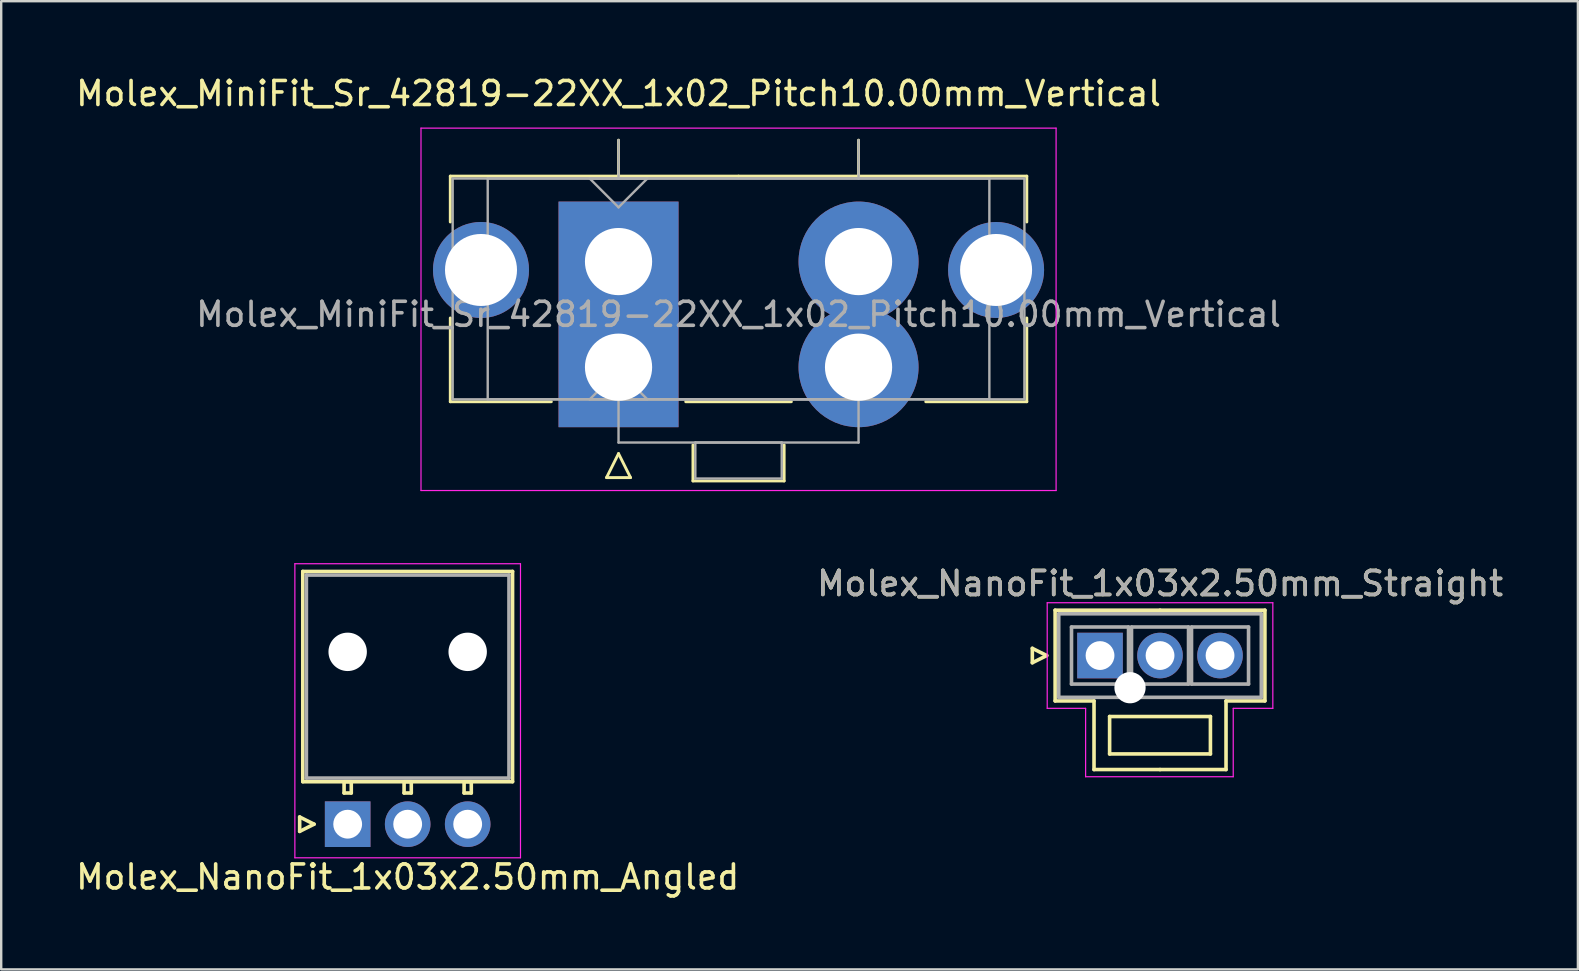
<source format=kicad_pcb>
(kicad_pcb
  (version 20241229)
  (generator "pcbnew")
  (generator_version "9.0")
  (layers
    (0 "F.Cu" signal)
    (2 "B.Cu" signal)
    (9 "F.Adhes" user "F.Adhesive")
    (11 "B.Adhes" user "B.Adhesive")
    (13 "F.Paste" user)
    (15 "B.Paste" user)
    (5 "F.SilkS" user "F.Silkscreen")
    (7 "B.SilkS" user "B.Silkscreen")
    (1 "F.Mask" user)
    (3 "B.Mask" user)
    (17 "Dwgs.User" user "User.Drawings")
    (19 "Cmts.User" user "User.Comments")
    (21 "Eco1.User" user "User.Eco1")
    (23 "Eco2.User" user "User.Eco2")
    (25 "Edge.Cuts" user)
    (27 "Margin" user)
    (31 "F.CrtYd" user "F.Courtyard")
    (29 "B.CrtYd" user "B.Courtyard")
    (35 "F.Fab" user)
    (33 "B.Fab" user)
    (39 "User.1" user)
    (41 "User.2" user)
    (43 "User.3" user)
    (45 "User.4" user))
  (footprint "Molex_NanoFit_1x03x2.50mm_Angled"
    (layer "F.Cu")
    (at 11.435 31.288)
    (property "Reference" "Molex_NanoFit_1x03x2.50mm_Angled" (at 2.5 2.2 0) (layer "F.SilkS") (effects (font (size 1 1) (thickness 0.15))))
    (attr through_hole)
    (fp_line (start -2 -0.3) (end -1.4 0) (stroke (width 0.15) (type solid)) (layer "F.SilkS"))
    (fp_line (start -2 0.3) (end -2 -0.3) (stroke (width 0.15) (type solid)) (layer "F.SilkS"))
    (fp_line (start -1.87 -10.53) (end -1.87 -1.77) (stroke (width 0.15) (type solid)) (layer "F.SilkS"))
    (fp_line (start -1.87 -1.77) (end 6.87 -1.77) (stroke (width 0.15) (type solid)) (layer "F.SilkS"))
    (fp_line (start -1.4 0) (end -2 0.3) (stroke (width 0.15) (type solid)) (layer "F.SilkS"))
    (fp_line (start -0.15 -1.77) (end -0.15 -1.3) (stroke (width 0.15) (type solid)) (layer "F.SilkS"))
    (fp_line (start -0.15 -1.3) (end 0.15 -1.3) (stroke (width 0.15) (type solid)) (layer "F.SilkS"))
    (fp_line (start 0.15 -1.77) (end -0.15 -1.77) (stroke (width 0.15) (type solid)) (layer "F.SilkS"))
    (fp_line (start 0.15 -1.3) (end 0.15 -1.77) (stroke (width 0.15) (type solid)) (layer "F.SilkS"))
    (fp_line (start 2.35 -1.77) (end 2.35 -1.3) (stroke (width 0.15) (type solid)) (layer "F.SilkS"))
    (fp_line (start 2.35 -1.3) (end 2.65 -1.3) (stroke (width 0.15) (type solid)) (layer "F.SilkS"))
    (fp_line (start 2.65 -1.77) (end 2.35 -1.77) (stroke (width 0.15) (type solid)) (layer "F.SilkS"))
    (fp_line (start 2.65 -1.3) (end 2.65 -1.77) (stroke (width 0.15) (type solid)) (layer "F.SilkS"))
    (fp_line (start 4.85 -1.77) (end 4.85 -1.3) (stroke (width 0.15) (type solid)) (layer "F.SilkS"))
    (fp_line (start 4.85 -1.3) (end 5.15 -1.3) (stroke (width 0.15) (type solid)) (layer "F.SilkS"))
    (fp_line (start 5.15 -1.77) (end 4.85 -1.77) (stroke (width 0.15) (type solid)) (layer "F.SilkS"))
    (fp_line (start 5.15 -1.3) (end 5.15 -1.77) (stroke (width 0.15) (type solid)) (layer "F.SilkS"))
    (fp_line (start 6.87 -10.53) (end -1.87 -10.53) (stroke (width 0.15) (type solid)) (layer "F.SilkS"))
    (fp_line (start 6.87 -1.77) (end 6.87 -10.53) (stroke (width 0.15) (type solid)) (layer "F.SilkS"))
    (fp_line (start -2.2 -10.85) (end -2.2 1.4) (stroke (width 0.05) (type solid)) (layer "F.CrtYd"))
    (fp_line (start -2.2 1.4) (end 7.2 1.4) (stroke (width 0.05) (type solid)) (layer "F.CrtYd"))
    (fp_line (start 7.2 -10.85) (end -2.2 -10.85) (stroke (width 0.05) (type solid)) (layer "F.CrtYd"))
    (fp_line (start 7.2 1.4) (end 7.2 -10.85) (stroke (width 0.05) (type solid)) (layer "F.CrtYd"))
    (fp_line (start -1.72 -10.38) (end -1.72 -1.92) (stroke (width 0.15) (type solid)) (layer "F.Fab"))
    (fp_line (start -1.72 -1.92) (end 6.72 -1.92) (stroke (width 0.15) (type solid)) (layer "F.Fab"))
    (fp_line (start 6.72 -10.38) (end -1.72 -10.38) (stroke (width 0.15) (type solid)) (layer "F.Fab"))
    (fp_line (start 6.72 -1.92) (end 6.72 -10.38) (stroke (width 0.15) (type solid)) (layer "F.Fab"))
    (pad "" np_thru_hole circle (at 0 -7.18) (size 1.6 1.6) (drill 1.6) (layers "*.Cu"))
    (pad "" np_thru_hole circle (at 5 -7.18) (size 1.6 1.6) (drill 1.6) (layers "*.Cu"))
    (pad "1" thru_hole rect (at 0 0) (size 1.9 1.9) (drill 1.2) (layers "*.Cu" "*.Mask"))
    (pad "2" thru_hole circle (at 2.5 0) (size 1.9 1.9) (drill 1.2) (layers "*.Cu" "*.Mask"))
    (pad "3" thru_hole circle (at 5 0) (size 1.9 1.9) (drill 1.2) (layers "*.Cu" "*.Mask")))
  (footprint "Molex_NanoFit_1x03x2.50mm_Straight"
    (layer "F.Cu")
    (at 42.78 24.262)
    (property "Reference" "Molex_NanoFit_1x03x2.50mm_Straight" (at 2.5 -3 0) (layer "F.SilkS") (effects (font (size 1 1) (thickness 0.15))))
    (attr through_hole)
    (fp_line (start -2.82 -0.3) (end -2.22 0) (stroke (width 0.15) (type solid)) (layer "F.SilkS"))
    (fp_line (start -2.82 0.3) (end -2.82 -0.3) (stroke (width 0.15) (type solid)) (layer "F.SilkS"))
    (fp_line (start -2.22 0) (end -2.82 0.3) (stroke (width 0.15) (type solid)) (layer "F.SilkS"))
    (fp_line (start -1.87 -1.89) (end -1.87 1.89) (stroke (width 0.15) (type solid)) (layer "F.SilkS"))
    (fp_line (start -1.87 1.89) (end -0.25 1.89) (stroke (width 0.15) (type solid)) (layer "F.SilkS"))
    (fp_line (start -0.25 1.89) (end -0.25 4.75) (stroke (width 0.15) (type solid)) (layer "F.SilkS"))
    (fp_line (start -0.25 4.75) (end 2.5 4.75) (stroke (width 0.15) (type solid)) (layer "F.SilkS"))
    (fp_line (start 0.4 2.54) (end 0.4 4.1) (stroke (width 0.15) (type solid)) (layer "F.SilkS"))
    (fp_line (start 0.4 4.1) (end 4.6 4.1) (stroke (width 0.15) (type solid)) (layer "F.SilkS"))
    (fp_line (start 2.5 -1.89) (end -1.87 -1.89) (stroke (width 0.15) (type solid)) (layer "F.SilkS"))
    (fp_line (start 2.5 -1.89) (end 6.87 -1.89) (stroke (width 0.15) (type solid)) (layer "F.SilkS"))
    (fp_line (start 4.6 2.54) (end 0.4 2.54) (stroke (width 0.15) (type solid)) (layer "F.SilkS"))
    (fp_line (start 4.6 4.1) (end 4.6 2.54) (stroke (width 0.15) (type solid)) (layer "F.SilkS"))
    (fp_line (start 5.25 1.89) (end 5.25 4.75) (stroke (width 0.15) (type solid)) (layer "F.SilkS"))
    (fp_line (start 5.25 4.75) (end 2.5 4.75) (stroke (width 0.15) (type solid)) (layer "F.SilkS"))
    (fp_line (start 6.87 -1.89) (end 6.87 1.89) (stroke (width 0.15) (type solid)) (layer "F.SilkS"))
    (fp_line (start 6.87 1.89) (end 5.25 1.89) (stroke (width 0.15) (type solid)) (layer "F.SilkS"))
    (fp_line (start -2.2 -2.2) (end -2.2 2.2) (stroke (width 0.05) (type solid)) (layer "F.CrtYd"))
    (fp_line (start -2.2 2.2) (end -0.6 2.2) (stroke (width 0.05) (type solid)) (layer "F.CrtYd"))
    (fp_line (start -0.6 2.2) (end -0.6 5.05) (stroke (width 0.05) (type solid)) (layer "F.CrtYd"))
    (fp_line (start -0.6 5.05) (end 5.55 5.05) (stroke (width 0.05) (type solid)) (layer "F.CrtYd"))
    (fp_line (start 5.55 2.2) (end 7.2 2.2) (stroke (width 0.05) (type solid)) (layer "F.CrtYd"))
    (fp_line (start 5.55 5.05) (end 5.55 2.2) (stroke (width 0.05) (type solid)) (layer "F.CrtYd"))
    (fp_line (start 7.2 -2.2) (end -2.2 -2.2) (stroke (width 0.05) (type solid)) (layer "F.CrtYd"))
    (fp_line (start 7.2 2.2) (end 7.2 -2.2) (stroke (width 0.05) (type solid)) (layer "F.CrtYd"))
    (fp_line (start -1.72 -1.74) (end -1.72 1.74) (stroke (width 0.15) (type solid)) (layer "F.Fab"))
    (fp_line (start -1.72 1.74) (end 6.72 1.74) (stroke (width 0.15) (type solid)) (layer "F.Fab"))
    (fp_line (start -1.188 -1.188) (end -1.188 1.188) (stroke (width 0.15) (type solid)) (layer "F.Fab"))
    (fp_line (start -1.188 1.188) (end 1.188 1.188) (stroke (width 0.15) (type solid)) (layer "F.Fab"))
    (fp_line (start 1.188 -1.188) (end -1.188 -1.188) (stroke (width 0.15) (type solid)) (layer "F.Fab"))
    (fp_line (start 1.188 1.188) (end 1.188 -1.188) (stroke (width 0.15) (type solid)) (layer "F.Fab"))
    (fp_line (start 1.312 -1.188) (end 1.312 1.188) (stroke (width 0.15) (type solid)) (layer "F.Fab"))
    (fp_line (start 1.312 1.188) (end 3.688 1.188) (stroke (width 0.15) (type solid)) (layer "F.Fab"))
    (fp_line (start 3.688 -1.188) (end 1.312 -1.188) (stroke (width 0.15) (type solid)) (layer "F.Fab"))
    (fp_line (start 3.688 1.188) (end 3.688 -1.188) (stroke (width 0.15) (type solid)) (layer "F.Fab"))
    (fp_line (start 3.812 -1.188) (end 3.812 1.188) (stroke (width 0.15) (type solid)) (layer "F.Fab"))
    (fp_line (start 3.812 1.188) (end 6.188 1.188) (stroke (width 0.15) (type solid)) (layer "F.Fab"))
    (fp_line (start 6.188 -1.188) (end 3.812 -1.188) (stroke (width 0.15) (type solid)) (layer "F.Fab"))
    (fp_line (start 6.188 1.188) (end 6.188 -1.188) (stroke (width 0.15) (type solid)) (layer "F.Fab"))
    (fp_line (start 6.72 -1.74) (end -1.72 -1.74) (stroke (width 0.15) (type solid)) (layer "F.Fab"))
    (fp_line (start 6.72 1.74) (end 6.72 -1.74) (stroke (width 0.15) (type solid)) (layer "F.Fab"))
    (fp_text user "${REFERENCE}" (at 2.5 -3 0) (layer "F.Fab") (effects (font (size 1 1) (thickness 0.15))))
    (pad "" np_thru_hole circle (at 1.25 1.34) (size 1.3 1.3) (drill 1.3) (layers "*.Cu"))
    (pad "1" thru_hole rect (at 0 0) (size 1.9 1.9) (drill 1.2) (layers "*.Cu" "*.Mask"))
    (pad "2" thru_hole circle (at 2.5 0) (size 1.9 1.9) (drill 1.2) (layers "*.Cu" "*.Mask"))
    (pad "3" thru_hole circle (at 5 0) (size 1.9 1.9) (drill 1.2) (layers "*.Cu" "*.Mask")))
  (footprint "Molex_MiniFit_Sr_42819-22XX_1x02_Pitch10.00mm_Vertical"
    (layer "F.Cu")
    (at 22.72 7.848)
    (property "Reference" "Molex_MiniFit_Sr_42819-22XX_1x02_Pitch10.00mm_Vertical" (at 0 -7 0) (layer "F.SilkS") (effects (font (size 1 1) (thickness 0.15))))
    (attr through_hole)
    (fp_line (start -7.01 -3.56) (end -7.01 -1.65) (stroke (width 0.12) (type solid)) (layer "F.SilkS"))
    (fp_line (start -7.01 2.35) (end -7.01 5.84) (stroke (width 0.12) (type solid)) (layer "F.SilkS"))
    (fp_line (start -7.01 5.84) (end -2.8 5.84) (stroke (width 0.12) (type solid)) (layer "F.SilkS"))
    (fp_line (start -0.5 9) (end 0 8) (stroke (width 0.12) (type solid)) (layer "F.SilkS"))
    (fp_line (start 0 -3.56) (end 0 -5.06) (stroke (width 0.12) (type solid)) (layer "F.SilkS"))
    (fp_line (start 0 8) (end 0.5 9) (stroke (width 0.12) (type solid)) (layer "F.SilkS"))
    (fp_line (start 0.5 9) (end -0.5 9) (stroke (width 0.12) (type solid)) (layer "F.SilkS"))
    (fp_line (start 2.8 5.84) (end 7.2 5.84) (stroke (width 0.12) (type solid)) (layer "F.SilkS"))
    (fp_line (start 3.1 7.64) (end 3.1 9.14) (stroke (width 0.12) (type solid)) (layer "F.SilkS"))
    (fp_line (start 3.1 9.14) (end 6.9 9.14) (stroke (width 0.12) (type solid)) (layer "F.SilkS"))
    (fp_line (start 5 -3.56) (end -7.01 -3.56) (stroke (width 0.12) (type solid)) (layer "F.SilkS"))
    (fp_line (start 5 -3.56) (end 17.01 -3.56) (stroke (width 0.12) (type solid)) (layer "F.SilkS"))
    (fp_line (start 6.9 9.14) (end 6.9 7.64) (stroke (width 0.12) (type solid)) (layer "F.SilkS"))
    (fp_line (start 10 -3.56) (end 10 -5.06) (stroke (width 0.12) (type solid)) (layer "F.SilkS"))
    (fp_line (start 17.01 -3.56) (end 17.01 -1.65) (stroke (width 0.12) (type solid)) (layer "F.SilkS"))
    (fp_line (start 17.01 2.35) (end 17.01 5.84) (stroke (width 0.12) (type solid)) (layer "F.SilkS"))
    (fp_line (start 17.01 5.84) (end 12.8 5.84) (stroke (width 0.12) (type solid)) (layer "F.SilkS"))
    (fp_line (start -8.23 -5.56) (end -8.23 9.54) (stroke (width 0.05) (type solid)) (layer "F.CrtYd"))
    (fp_line (start -8.23 9.54) (end 18.23 9.54) (stroke (width 0.05) (type solid)) (layer "F.CrtYd"))
    (fp_line (start 18.23 -5.56) (end -8.23 -5.56) (stroke (width 0.05) (type solid)) (layer "F.CrtYd"))
    (fp_line (start 18.23 9.54) (end 18.23 -5.56) (stroke (width 0.05) (type solid)) (layer "F.CrtYd"))
    (fp_line (start -6.91 -3.46) (end -6.91 5.74) (stroke (width 0.1) (type solid)) (layer "F.Fab"))
    (fp_line (start -6.91 5.74) (end 16.91 5.74) (stroke (width 0.1) (type solid)) (layer "F.Fab"))
    (fp_line (start -5.45 -3.46) (end -5.45 5.74) (stroke (width 0.1) (type solid)) (layer "F.Fab"))
    (fp_line (start -5.45 5.74) (end 15.45 5.74) (stroke (width 0.1) (type solid)) (layer "F.Fab"))
    (fp_line (start -1.2 -3.46) (end 0 -2.26) (stroke (width 0.1) (type solid)) (layer "F.Fab"))
    (fp_line (start -1.2 5.74) (end 0 4.54) (stroke (width 0.1) (type solid)) (layer "F.Fab"))
    (fp_line (start 0 -3.46) (end 0 -5.06) (stroke (width 0.1) (type solid)) (layer "F.Fab"))
    (fp_line (start 0 -2.26) (end 1.2 -3.46) (stroke (width 0.1) (type solid)) (layer "F.Fab"))
    (fp_line (start 0 4.54) (end 1.2 5.74) (stroke (width 0.1) (type solid)) (layer "F.Fab"))
    (fp_line (start 0 5.74) (end 0 7.54) (stroke (width 0.1) (type solid)) (layer "F.Fab"))
    (fp_line (start 0 7.54) (end 10 7.54) (stroke (width 0.1) (type solid)) (layer "F.Fab"))
    (fp_line (start 1.2 -3.46) (end -1.2 -3.46) (stroke (width 0.1) (type solid)) (layer "F.Fab"))
    (fp_line (start 1.2 5.74) (end -1.2 5.74) (stroke (width 0.1) (type solid)) (layer "F.Fab"))
    (fp_line (start 3.2 7.54) (end 3.2 9.04) (stroke (width 0.1) (type solid)) (layer "F.Fab"))
    (fp_line (start 3.2 9.04) (end 6.8 9.04) (stroke (width 0.1) (type solid)) (layer "F.Fab"))
    (fp_line (start 6.8 7.54) (end 3.2 7.54) (stroke (width 0.1) (type solid)) (layer "F.Fab"))
    (fp_line (start 6.8 9.04) (end 6.8 7.54) (stroke (width 0.1) (type solid)) (layer "F.Fab"))
    (fp_line (start 10 -3.46) (end 10 -5.06) (stroke (width 0.1) (type solid)) (layer "F.Fab"))
    (fp_line (start 10 5.74) (end 0 5.74) (stroke (width 0.1) (type solid)) (layer "F.Fab"))
    (fp_line (start 10 7.54) (end 10 5.74) (stroke (width 0.1) (type solid)) (layer "F.Fab"))
    (fp_line (start 15.45 -3.46) (end -5.45 -3.46) (stroke (width 0.1) (type solid)) (layer "F.Fab"))
    (fp_line (start 15.45 5.74) (end 15.45 -3.46) (stroke (width 0.1) (type solid)) (layer "F.Fab"))
    (fp_line (start 16.91 -3.46) (end -6.91 -3.46) (stroke (width 0.1) (type solid)) (layer "F.Fab"))
    (fp_line (start 16.91 5.74) (end 16.91 -3.46) (stroke (width 0.1) (type solid)) (layer "F.Fab"))
    (fp_text user "${REFERENCE}" (at 5 2.2 0) (layer "F.Fab") (effects (font (size 1 1) (thickness 0.15))))
    (pad "" thru_hole circle (at -5.73 0.35) (size 4 4) (drill 3) (layers "*.Cu" "*.Mask"))
    (pad "" thru_hole circle (at 15.73 0.35) (size 4 4) (drill 3) (layers "*.Cu" "*.Mask"))
    (pad "1" thru_hole rect (at 0 0) (size 5 5) (drill 2.8) (layers "*.Cu" "*.Mask"))
    (pad "1" thru_hole rect (at 0 4.4) (size 5 5) (drill 2.8) (layers "*.Cu" "*.Mask"))
    (pad "2" thru_hole circle (at 10 0) (size 5 5) (drill 2.8) (layers "*.Cu" "*.Mask"))
    (pad "2" thru_hole circle (at 10 4.4) (size 5 5) (drill 2.8) (layers "*.Cu" "*.Mask")))
  (gr_rect
    (start -3 -3)
    (end 62.69 37.337)
    (stroke (width 0.1) (type default))
    (fill no)
    (layer "Edge.Cuts")))
</source>
